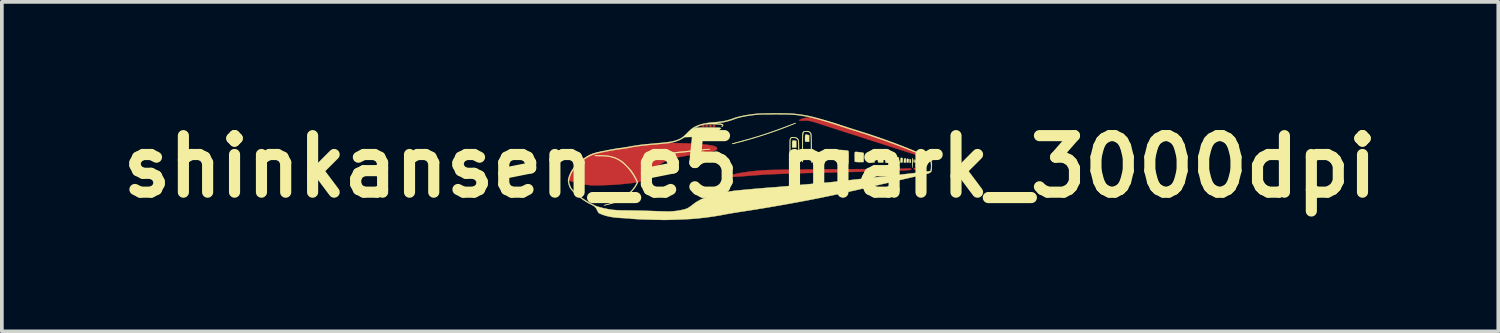
<source format=kicad_pcb>
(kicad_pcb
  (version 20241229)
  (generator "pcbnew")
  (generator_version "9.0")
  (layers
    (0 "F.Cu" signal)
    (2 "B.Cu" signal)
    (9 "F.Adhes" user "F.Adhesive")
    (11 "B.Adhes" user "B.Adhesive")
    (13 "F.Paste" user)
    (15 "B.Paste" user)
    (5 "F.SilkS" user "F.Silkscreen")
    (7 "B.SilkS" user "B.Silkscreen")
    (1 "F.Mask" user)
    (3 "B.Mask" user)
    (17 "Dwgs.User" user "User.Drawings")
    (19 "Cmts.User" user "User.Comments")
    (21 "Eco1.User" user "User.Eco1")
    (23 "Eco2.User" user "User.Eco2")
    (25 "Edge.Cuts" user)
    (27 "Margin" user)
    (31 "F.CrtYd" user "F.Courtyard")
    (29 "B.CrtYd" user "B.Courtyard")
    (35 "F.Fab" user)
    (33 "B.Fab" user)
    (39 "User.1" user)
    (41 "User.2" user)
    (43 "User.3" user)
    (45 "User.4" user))
  (footprint "shinkansen_e5_mark_3000dpi"
    (layer "F.Cu")
    (at 17.17 1.441)
    (property "Reference" "shinkansen_e5_mark_3000dpi" (at 0 0 0) (layer "F.SilkS") (effects (font (size 1.524 1.524) (thickness 0.3))))
    (attr through_hole)
    (fp_poly (pts (xy -1.145 -1.119) (xy -1.133 -1.107) (xy -1.132 -1.092) (xy -1.14 -1.08) (xy -1.161 -1.068) (xy -1.183 -1.07) (xy -1.192 -1.077) (xy -1.202 -1.095) (xy -1.195 -1.111) (xy -1.185 -1.118) (xy -1.163 -1.123) (xy -1.145 -1.119)) (stroke (width 0.01) (type solid)) (fill yes) (layer "F.Cu"))
    (fp_poly (pts (xy -1.05 -1.118) (xy -1.035 -1.103) (xy -1.036 -1.086) (xy -1.043 -1.077) (xy -1.063 -1.067) (xy -1.085 -1.072) (xy -1.095 -1.08) (xy -1.104 -1.096) (xy -1.1 -1.111) (xy -1.086 -1.121) (xy -1.066 -1.123) (xy -1.05 -1.118)) (stroke (width 0.01) (type solid)) (fill yes) (layer "F.Cu"))
    (fp_poly (pts (xy -0.947 -1.113) (xy -0.94 -1.092) (xy -0.94 -1.092) (xy -0.947 -1.076) (xy -0.963 -1.068) (xy -0.983 -1.069) (xy -0.997 -1.077) (xy -1.007 -1.095) (xy -1 -1.11) (xy -0.987 -1.119) (xy -0.964 -1.123) (xy -0.947 -1.113)) (stroke (width 0.01) (type solid)) (fill yes) (layer "F.Cu"))
    (fp_poly (pts (xy -1.249 -1.119) (xy -1.232 -1.106) (xy -1.228 -1.091) (xy -1.236 -1.078) (xy -1.252 -1.069) (xy -1.274 -1.069) (xy -1.285 -1.072) (xy -1.294 -1.084) (xy -1.293 -1.101) (xy -1.283 -1.117) (xy -1.282 -1.118) (xy -1.268 -1.124) (xy -1.249 -1.119)) (stroke (width 0.01) (type solid)) (fill yes) (layer "F.Cu"))
    (fp_poly (pts (xy 4.565 0.034) (xy 4.589 0.036) (xy 4.602 0.04) (xy 4.606 0.045) (xy 4.606 0.046) (xy 4.604 0.054) (xy 4.596 0.059) (xy 4.58 0.063) (xy 4.553 0.067) (xy 4.513 0.07) (xy 4.489 0.072) (xy 4.453 0.074) (xy 4.43 0.074) (xy 4.417 0.072) (xy 4.412 0.068) (xy 4.411 0.061) (xy 4.414 0.05) (xy 4.424 0.042) (xy 4.444 0.037) (xy 4.476 0.035) (xy 4.522 0.034) (xy 4.528 0.034) (xy 4.565 0.034)) (stroke (width 0.01) (type solid)) (fill yes) (layer "F.Cu"))
    (fp_poly (pts (xy 4.321 0.052) (xy 4.334 0.053) (xy 4.341 0.056) (xy 4.343 0.061) (xy 4.343 0.066) (xy 4.343 0.074) (xy 4.34 0.08) (xy 4.332 0.085) (xy 4.318 0.088) (xy 4.295 0.091) (xy 4.262 0.094) (xy 4.216 0.097) (xy 4.155 0.101) (xy 4.153 0.101) (xy 4.087 0.105) (xy 4.036 0.108) (xy 3.998 0.109) (xy 3.972 0.11) (xy 3.954 0.109) (xy 3.944 0.106) (xy 3.939 0.102) (xy 3.937 0.096) (xy 3.937 0.09) (xy 3.938 0.081) (xy 3.941 0.075) (xy 3.948 0.069) (xy 3.962 0.065) (xy 3.984 0.062) (xy 4.016 0.06) (xy 4.06 0.058) (xy 4.118 0.056) (xy 4.163 0.054) (xy 4.223 0.052) (xy 4.268 0.051) (xy 4.3 0.051) (xy 4.321 0.052)) (stroke (width 0.01) (type solid)) (fill yes) (layer "F.Cu"))
    (fp_poly (pts (xy 3.768 0.068) (xy 3.762 0.091) (xy 3.757 0.109) (xy 3.753 0.118) (xy 3.744 0.119) (xy 3.72 0.121) (xy 3.683 0.122) (xy 3.635 0.124) (xy 3.578 0.125) (xy 3.513 0.127) (xy 3.448 0.128) (xy 3.276 0.132) (xy 3.099 0.136) (xy 2.917 0.14) (xy 2.733 0.144) (xy 2.547 0.148) (xy 2.362 0.152) (xy 2.179 0.157) (xy 2 0.161) (xy 1.825 0.166) (xy 1.658 0.17) (xy 1.499 0.174) (xy 1.351 0.179) (xy 1.214 0.183) (xy 1.09 0.186) (xy 0.981 0.19) (xy 0.953 0.191) (xy 0.794 0.197) (xy 0.648 0.203) (xy 0.513 0.209) (xy 0.383 0.216) (xy 0.257 0.225) (xy 0.129 0.234) (xy -0.003 0.244) (xy -0.013 0.245) (xy -0.074 0.25) (xy -0.135 0.255) (xy -0.193 0.26) (xy -0.242 0.263) (xy -0.279 0.266) (xy -0.288 0.266) (xy -0.33 0.269) (xy -0.372 0.272) (xy -0.406 0.274) (xy -0.415 0.274) (xy -0.451 0.275) (xy -0.488 0.273) (xy -0.502 0.272) (xy -0.543 0.267) (xy -0.524 0.249) (xy -0.499 0.234) (xy -0.46 0.219) (xy -0.406 0.203) (xy -0.341 0.188) (xy -0.264 0.173) (xy -0.178 0.159) (xy -0.084 0.145) (xy 0.016 0.132) (xy 0.121 0.12) (xy 0.23 0.11) (xy 0.34 0.101) (xy 0.45 0.095) (xy 0.487 0.093) (xy 0.52 0.092) (xy 0.57 0.091) (xy 0.634 0.089) (xy 0.711 0.088) (xy 0.801 0.087) (xy 0.902 0.085) (xy 1.013 0.084) (xy 1.132 0.082) (xy 1.26 0.081) (xy 1.394 0.08) (xy 1.533 0.078) (xy 1.676 0.077) (xy 1.822 0.076) (xy 1.97 0.074) (xy 2.119 0.073) (xy 2.267 0.072) (xy 2.414 0.071) (xy 2.558 0.07) (xy 2.698 0.07) (xy 2.832 0.069) (xy 2.961 0.068) (xy 3.082 0.068) (xy 3.194 0.068) (xy 3.283 0.068) (xy 3.768 0.068)) (stroke (width 0.01) (type solid)) (fill yes) (layer "F.Cu"))
    (fp_poly (pts (xy 1.669 -1.321) (xy 1.725 -1.312) (xy 1.791 -1.299) (xy 1.867 -1.28) (xy 1.955 -1.256) (xy 2.055 -1.226) (xy 2.169 -1.19) (xy 2.236 -1.169) (xy 2.452 -1.099) (xy 2.653 -1.033) (xy 2.839 -0.972) (xy 3.012 -0.916) (xy 3.171 -0.864) (xy 3.318 -0.815) (xy 3.453 -0.77) (xy 3.577 -0.728) (xy 3.69 -0.689) (xy 3.795 -0.653) (xy 3.891 -0.62) (xy 3.978 -0.588) (xy 4.059 -0.559) (xy 4.133 -0.532) (xy 4.201 -0.506) (xy 4.264 -0.481) (xy 4.323 -0.457) (xy 4.378 -0.434) (xy 4.431 -0.411) (xy 4.481 -0.388) (xy 4.489 -0.385) (xy 4.532 -0.365) (xy 4.562 -0.35) (xy 4.581 -0.34) (xy 4.592 -0.331) (xy 4.596 -0.322) (xy 4.597 -0.312) (xy 4.597 -0.312) (xy 4.595 -0.294) (xy 4.584 -0.289) (xy 4.578 -0.289) (xy 4.566 -0.291) (xy 4.54 -0.299) (xy 4.501 -0.31) (xy 4.452 -0.325) (xy 4.395 -0.343) (xy 4.332 -0.363) (xy 4.271 -0.382) (xy 4.193 -0.408) (xy 4.103 -0.437) (xy 4.005 -0.468) (xy 3.904 -0.5) (xy 3.805 -0.532) (xy 3.711 -0.562) (xy 3.653 -0.581) (xy 3.514 -0.626) (xy 3.363 -0.674) (xy 3.202 -0.726) (xy 3.036 -0.779) (xy 2.868 -0.834) (xy 2.701 -0.887) (xy 2.539 -0.939) (xy 2.385 -0.989) (xy 2.362 -0.996) (xy 2.286 -1.021) (xy 2.201 -1.048) (xy 2.114 -1.076) (xy 2.029 -1.104) (xy 1.951 -1.129) (xy 1.897 -1.147) (xy 1.812 -1.174) (xy 1.742 -1.196) (xy 1.682 -1.213) (xy 1.631 -1.226) (xy 1.586 -1.234) (xy 1.545 -1.24) (xy 1.505 -1.242) (xy 1.464 -1.242) (xy 1.424 -1.24) (xy 1.379 -1.238) (xy 1.349 -1.237) (xy 1.331 -1.238) (xy 1.323 -1.241) (xy 1.323 -1.246) (xy 1.335 -1.259) (xy 1.362 -1.273) (xy 1.402 -1.287) (xy 1.454 -1.302) (xy 1.516 -1.316) (xy 1.542 -1.321) (xy 1.578 -1.325) (xy 1.62 -1.325) (xy 1.669 -1.321)) (stroke (width 0.01) (type solid)) (fill yes) (layer "F.Cu"))
    (fp_poly (pts (xy -2.003 -0.634) (xy -1.92 -0.632) (xy -1.83 -0.629) (xy -1.747 -0.627) (xy -1.593 -0.62) (xy -1.455 -0.613) (xy -1.333 -0.605) (xy -1.227 -0.596) (xy -1.137 -0.586) (xy -1.061 -0.574) (xy -0.999 -0.561) (xy -0.952 -0.547) (xy -0.919 -0.532) (xy -0.899 -0.515) (xy -0.892 -0.503) (xy -0.89 -0.486) (xy -0.892 -0.472) (xy -0.899 -0.458) (xy -0.913 -0.446) (xy -0.934 -0.434) (xy -0.964 -0.422) (xy -1.003 -0.411) (xy -1.053 -0.399) (xy -1.115 -0.387) (xy -1.19 -0.374) (xy -1.278 -0.36) (xy -1.382 -0.344) (xy -1.477 -0.33) (xy -1.62 -0.308) (xy -1.748 -0.287) (xy -1.861 -0.267) (xy -1.961 -0.246) (xy -2.05 -0.224) (xy -2.13 -0.202) (xy -2.2 -0.178) (xy -2.264 -0.152) (xy -2.322 -0.124) (xy -2.376 -0.093) (xy -2.427 -0.059) (xy -2.441 -0.048) (xy -2.497 -0.005) (xy -2.547 0.041) (xy -2.596 0.093) (xy -2.648 0.155) (xy -2.671 0.185) (xy -2.727 0.252) (xy -2.786 0.306) (xy -2.849 0.35) (xy -2.922 0.386) (xy -2.997 0.413) (xy -3.026 0.42) (xy -3.07 0.428) (xy -3.129 0.437) (xy -3.201 0.445) (xy -3.285 0.455) (xy -3.379 0.464) (xy -3.484 0.474) (xy -3.597 0.484) (xy -3.641 0.487) (xy -3.689 0.49) (xy -3.748 0.494) (xy -3.814 0.496) (xy -3.885 0.499) (xy -3.957 0.501) (xy -4.029 0.503) (xy -4.098 0.504) (xy -4.16 0.505) (xy -4.214 0.505) (xy -4.257 0.505) (xy -4.286 0.503) (xy -4.288 0.503) (xy -4.39 0.492) (xy -4.479 0.48) (xy -4.557 0.467) (xy -4.63 0.451) (xy -4.699 0.433) (xy -4.77 0.411) (xy -4.778 0.409) (xy -4.896 0.37) (xy -4.891 0.329) (xy -4.88 0.276) (xy -4.861 0.218) (xy -4.835 0.161) (xy -4.813 0.122) (xy -4.794 0.097) (xy -4.766 0.064) (xy -4.73 0.024) (xy -4.688 -0.019) (xy -4.644 -0.064) (xy -4.6 -0.107) (xy -4.559 -0.146) (xy -4.522 -0.179) (xy -4.492 -0.204) (xy -4.492 -0.204) (xy -4.395 -0.269) (xy -4.297 -0.32) (xy -4.191 -0.359) (xy -4.144 -0.372) (xy -4.11 -0.38) (xy -4.061 -0.39) (xy -3.999 -0.402) (xy -3.926 -0.415) (xy -3.844 -0.429) (xy -3.755 -0.445) (xy -3.661 -0.46) (xy -3.563 -0.476) (xy -3.464 -0.492) (xy -3.366 -0.508) (xy -3.271 -0.522) (xy -3.179 -0.536) (xy -3.094 -0.549) (xy -3.018 -0.559) (xy -2.952 -0.568) (xy -2.898 -0.575) (xy -2.891 -0.575) (xy -2.764 -0.589) (xy -2.651 -0.6) (xy -2.551 -0.61) (xy -2.46 -0.618) (xy -2.377 -0.624) (xy -2.3 -0.629) (xy -2.227 -0.632) (xy -2.154 -0.634) (xy -2.08 -0.634) (xy -2.003 -0.634)) (stroke (width 0.01) (type solid)) (fill yes) (layer "F.Cu"))
    (fp_poly (pts (xy -1.145 -1.119) (xy -1.133 -1.107) (xy -1.132 -1.092) (xy -1.14 -1.08) (xy -1.161 -1.068) (xy -1.183 -1.07) (xy -1.192 -1.077) (xy -1.202 -1.095) (xy -1.195 -1.111) (xy -1.185 -1.118) (xy -1.163 -1.123) (xy -1.145 -1.119)) (stroke (width 0.01) (type solid)) (fill yes) (layer "F.Mask"))
    (fp_poly (pts (xy -1.05 -1.118) (xy -1.035 -1.103) (xy -1.036 -1.086) (xy -1.043 -1.077) (xy -1.063 -1.067) (xy -1.085 -1.072) (xy -1.095 -1.08) (xy -1.104 -1.096) (xy -1.1 -1.111) (xy -1.086 -1.121) (xy -1.066 -1.123) (xy -1.05 -1.118)) (stroke (width 0.01) (type solid)) (fill yes) (layer "F.Mask"))
    (fp_poly (pts (xy -0.947 -1.113) (xy -0.94 -1.092) (xy -0.94 -1.092) (xy -0.947 -1.076) (xy -0.963 -1.068) (xy -0.983 -1.069) (xy -0.997 -1.077) (xy -1.007 -1.095) (xy -1 -1.11) (xy -0.987 -1.119) (xy -0.964 -1.123) (xy -0.947 -1.113)) (stroke (width 0.01) (type solid)) (fill yes) (layer "F.Mask"))
    (fp_poly (pts (xy -1.249 -1.119) (xy -1.232 -1.106) (xy -1.228 -1.091) (xy -1.236 -1.078) (xy -1.252 -1.069) (xy -1.274 -1.069) (xy -1.285 -1.072) (xy -1.294 -1.084) (xy -1.293 -1.101) (xy -1.283 -1.117) (xy -1.282 -1.118) (xy -1.268 -1.124) (xy -1.249 -1.119)) (stroke (width 0.01) (type solid)) (fill yes) (layer "F.Mask"))
    (fp_poly (pts (xy 4.565 0.034) (xy 4.589 0.036) (xy 4.602 0.04) (xy 4.606 0.045) (xy 4.606 0.046) (xy 4.604 0.054) (xy 4.596 0.059) (xy 4.58 0.063) (xy 4.553 0.067) (xy 4.513 0.07) (xy 4.489 0.072) (xy 4.453 0.074) (xy 4.43 0.074) (xy 4.417 0.072) (xy 4.412 0.068) (xy 4.411 0.061) (xy 4.414 0.05) (xy 4.424 0.042) (xy 4.444 0.037) (xy 4.476 0.035) (xy 4.522 0.034) (xy 4.528 0.034) (xy 4.565 0.034)) (stroke (width 0.01) (type solid)) (fill yes) (layer "F.Mask"))
    (fp_poly (pts (xy 4.321 0.052) (xy 4.334 0.053) (xy 4.341 0.056) (xy 4.343 0.061) (xy 4.343 0.066) (xy 4.343 0.074) (xy 4.34 0.08) (xy 4.332 0.085) (xy 4.318 0.088) (xy 4.295 0.091) (xy 4.262 0.094) (xy 4.216 0.097) (xy 4.155 0.101) (xy 4.153 0.101) (xy 4.087 0.105) (xy 4.036 0.108) (xy 3.998 0.109) (xy 3.972 0.11) (xy 3.954 0.109) (xy 3.944 0.106) (xy 3.939 0.102) (xy 3.937 0.096) (xy 3.937 0.09) (xy 3.938 0.081) (xy 3.941 0.075) (xy 3.948 0.069) (xy 3.962 0.065) (xy 3.984 0.062) (xy 4.016 0.06) (xy 4.06 0.058) (xy 4.118 0.056) (xy 4.163 0.054) (xy 4.223 0.052) (xy 4.268 0.051) (xy 4.3 0.051) (xy 4.321 0.052)) (stroke (width 0.01) (type solid)) (fill yes) (layer "F.Mask"))
    (fp_poly (pts (xy 3.768 0.068) (xy 3.762 0.091) (xy 3.757 0.109) (xy 3.753 0.118) (xy 3.744 0.119) (xy 3.72 0.121) (xy 3.683 0.122) (xy 3.635 0.124) (xy 3.578 0.125) (xy 3.513 0.127) (xy 3.448 0.128) (xy 3.276 0.132) (xy 3.099 0.136) (xy 2.917 0.14) (xy 2.733 0.144) (xy 2.547 0.148) (xy 2.362 0.152) (xy 2.179 0.157) (xy 2 0.161) (xy 1.825 0.166) (xy 1.658 0.17) (xy 1.499 0.174) (xy 1.351 0.179) (xy 1.214 0.183) (xy 1.09 0.186) (xy 0.981 0.19) (xy 0.953 0.191) (xy 0.794 0.197) (xy 0.648 0.203) (xy 0.513 0.209) (xy 0.383 0.216) (xy 0.257 0.225) (xy 0.129 0.234) (xy -0.003 0.244) (xy -0.013 0.245) (xy -0.074 0.25) (xy -0.135 0.255) (xy -0.193 0.26) (xy -0.242 0.263) (xy -0.279 0.266) (xy -0.288 0.266) (xy -0.33 0.269) (xy -0.372 0.272) (xy -0.406 0.274) (xy -0.415 0.274) (xy -0.451 0.275) (xy -0.488 0.273) (xy -0.502 0.272) (xy -0.543 0.267) (xy -0.524 0.249) (xy -0.499 0.234) (xy -0.46 0.219) (xy -0.406 0.203) (xy -0.341 0.188) (xy -0.264 0.173) (xy -0.178 0.159) (xy -0.084 0.145) (xy 0.016 0.132) (xy 0.121 0.12) (xy 0.23 0.11) (xy 0.34 0.101) (xy 0.45 0.095) (xy 0.487 0.093) (xy 0.52 0.092) (xy 0.57 0.091) (xy 0.634 0.089) (xy 0.711 0.088) (xy 0.801 0.087) (xy 0.902 0.085) (xy 1.013 0.084) (xy 1.132 0.082) (xy 1.26 0.081) (xy 1.394 0.08) (xy 1.533 0.078) (xy 1.676 0.077) (xy 1.822 0.076) (xy 1.97 0.074) (xy 2.119 0.073) (xy 2.267 0.072) (xy 2.414 0.071) (xy 2.558 0.07) (xy 2.698 0.07) (xy 2.832 0.069) (xy 2.961 0.068) (xy 3.082 0.068) (xy 3.194 0.068) (xy 3.283 0.068) (xy 3.768 0.068)) (stroke (width 0.01) (type solid)) (fill yes) (layer "F.Mask"))
    (fp_poly (pts (xy 4.199 -0.11) (xy 4.148 -0.11) (xy 4.15 -0.163) (xy 4.152 -0.192) (xy 4.155 -0.208) (xy 4.162 -0.215) (xy 4.174 -0.218) (xy 4.176 -0.219) (xy 4.199 -0.221) (xy 4.199 -0.11)) (stroke (width 0.01) (type solid)) (fill yes) (layer "F.SilkS"))
    (fp_poly (pts (xy 1.197 -0.699) (xy 1.245 -0.693) (xy 1.245 -0.516) (xy 1.135 -0.516) (xy 1.135 -0.599) (xy 1.135 -0.636) (xy 1.137 -0.667) (xy 1.14 -0.688) (xy 1.142 -0.693) (xy 1.151 -0.7) (xy 1.17 -0.701) (xy 1.197 -0.699)) (stroke (width 0.01) (type solid)) (fill yes) (layer "F.SilkS"))
    (fp_poly (pts (xy 4.426 -0.19) (xy 4.432 -0.171) (xy 4.435 -0.15) (xy 4.435 -0.125) (xy 4.432 -0.113) (xy 4.424 -0.11) (xy 4.416 -0.114) (xy 4.412 -0.129) (xy 4.411 -0.153) (xy 4.414 -0.181) (xy 4.419 -0.193) (xy 4.426 -0.19)) (stroke (width 0.01) (type solid)) (fill yes) (layer "F.SilkS"))
    (fp_poly (pts (xy 4.472 -0.174) (xy 4.476 -0.155) (xy 4.477 -0.142) (xy 4.478 -0.117) (xy 4.474 -0.105) (xy 4.466 -0.102) (xy 4.458 -0.105) (xy 4.455 -0.117) (xy 4.455 -0.142) (xy 4.458 -0.165) (xy 4.463 -0.18) (xy 4.466 -0.182) (xy 4.472 -0.174)) (stroke (width 0.01) (type solid)) (fill yes) (layer "F.SilkS"))
    (fp_poly (pts (xy 4.517 -0.173) (xy 4.521 -0.156) (xy 4.521 -0.14) (xy 4.52 -0.115) (xy 4.514 -0.103) (xy 4.508 -0.102) (xy 4.5 -0.107) (xy 4.496 -0.124) (xy 4.496 -0.14) (xy 4.497 -0.165) (xy 4.503 -0.176) (xy 4.508 -0.178) (xy 4.517 -0.173)) (stroke (width 0.01) (type solid)) (fill yes) (layer "F.SilkS"))
    (fp_poly (pts (xy 4.547 -0.174) (xy 4.552 -0.162) (xy 4.555 -0.142) (xy 4.555 -0.139) (xy 4.553 -0.12) (xy 4.548 -0.11) (xy 4.547 -0.11) (xy 4.541 -0.118) (xy 4.538 -0.136) (xy 4.538 -0.144) (xy 4.54 -0.166) (xy 4.545 -0.174) (xy 4.547 -0.174)) (stroke (width 0.01) (type solid)) (fill yes) (layer "F.SilkS"))
    (fp_poly (pts (xy 4.578 -0.162) (xy 4.58 -0.144) (xy 4.58 -0.141) (xy 4.578 -0.119) (xy 4.573 -0.107) (xy 4.572 -0.106) (xy 4.566 -0.109) (xy 4.564 -0.127) (xy 4.564 -0.13) (xy 4.566 -0.151) (xy 4.571 -0.164) (xy 4.572 -0.165) (xy 4.578 -0.162)) (stroke (width 0.01) (type solid)) (fill yes) (layer "F.SilkS"))
    (fp_poly (pts (xy 4.093 -0.234) (xy 4.105 -0.23) (xy 4.111 -0.223) (xy 4.114 -0.209) (xy 4.114 -0.184) (xy 4.113 -0.171) (xy 4.111 -0.114) (xy 4.083 -0.112) (xy 4.056 -0.109) (xy 4.056 -0.162) (xy 4.057 -0.2) (xy 4.062 -0.223) (xy 4.072 -0.234) (xy 4.087 -0.235) (xy 4.093 -0.234)) (stroke (width 0.01) (type solid)) (fill yes) (layer "F.SilkS"))
    (fp_poly (pts (xy 4.261 -0.207) (xy 4.262 -0.207) (xy 4.271 -0.198) (xy 4.275 -0.179) (xy 4.276 -0.156) (xy 4.275 -0.129) (xy 4.272 -0.116) (xy 4.265 -0.111) (xy 4.25 -0.11) (xy 4.225 -0.11) (xy 4.225 -0.161) (xy 4.226 -0.191) (xy 4.231 -0.208) (xy 4.242 -0.212) (xy 4.261 -0.207)) (stroke (width 0.01) (type solid)) (fill yes) (layer "F.SilkS"))
    (fp_poly (pts (xy 4.322 -0.199) (xy 4.331 -0.184) (xy 4.335 -0.156) (xy 4.335 -0.147) (xy 4.334 -0.121) (xy 4.331 -0.107) (xy 4.324 -0.102) (xy 4.318 -0.102) (xy 4.309 -0.103) (xy 4.303 -0.112) (xy 4.301 -0.13) (xy 4.301 -0.152) (xy 4.302 -0.179) (xy 4.303 -0.198) (xy 4.305 -0.203) (xy 4.322 -0.199)) (stroke (width 0.01) (type solid)) (fill yes) (layer "F.SilkS"))
    (fp_poly (pts (xy 3.978 -0.249) (xy 3.982 -0.248) (xy 4.013 -0.243) (xy 4.013 -0.192) (xy 4.012 -0.151) (xy 4.009 -0.125) (xy 4.002 -0.11) (xy 3.99 -0.103) (xy 3.971 -0.102) (xy 3.97 -0.102) (xy 3.937 -0.102) (xy 3.937 -0.173) (xy 3.938 -0.206) (xy 3.94 -0.232) (xy 3.943 -0.247) (xy 3.944 -0.249) (xy 3.957 -0.251) (xy 3.978 -0.249)) (stroke (width 0.01) (type solid)) (fill yes) (layer "F.SilkS"))
    (fp_poly (pts (xy 1.532 -0.859) (xy 1.544 -0.856) (xy 1.592 -0.845) (xy 1.592 -0.669) (xy 1.542 -0.669) (xy 1.515 -0.67) (xy 1.495 -0.672) (xy 1.487 -0.675) (xy 1.484 -0.686) (xy 1.483 -0.709) (xy 1.482 -0.741) (xy 1.482 -0.775) (xy 1.483 -0.808) (xy 1.486 -0.835) (xy 1.489 -0.852) (xy 1.49 -0.855) (xy 1.497 -0.861) (xy 1.509 -0.862) (xy 1.532 -0.859)) (stroke (width 0.01) (type solid)) (fill yes) (layer "F.SilkS"))
    (fp_poly (pts (xy 3.225 -0.344) (xy 3.258 -0.342) (xy 3.273 -0.341) (xy 3.349 -0.334) (xy 3.351 -0.222) (xy 3.353 -0.11) (xy 3.292 -0.111) (xy 3.257 -0.113) (xy 3.224 -0.114) (xy 3.203 -0.116) (xy 3.175 -0.12) (xy 3.175 -0.229) (xy 3.175 -0.277) (xy 3.177 -0.31) (xy 3.18 -0.331) (xy 3.184 -0.341) (xy 3.186 -0.344) (xy 3.2 -0.345) (xy 3.225 -0.344)) (stroke (width 0.01) (type solid)) (fill yes) (layer "F.SilkS"))
    (fp_poly (pts (xy 3.699 -0.292) (xy 3.712 -0.289) (xy 3.759 -0.278) (xy 3.759 -0.102) (xy 3.71 -0.102) (xy 3.682 -0.102) (xy 3.662 -0.105) (xy 3.655 -0.107) (xy 3.652 -0.118) (xy 3.65 -0.142) (xy 3.649 -0.173) (xy 3.65 -0.208) (xy 3.651 -0.241) (xy 3.653 -0.268) (xy 3.656 -0.285) (xy 3.657 -0.287) (xy 3.664 -0.294) (xy 3.676 -0.295) (xy 3.699 -0.292)) (stroke (width 0.01) (type solid)) (fill yes) (layer "F.SilkS"))
    (fp_poly (pts (xy 3.499 -0.318) (xy 3.537 -0.314) (xy 3.563 -0.31) (xy 3.579 -0.302) (xy 3.587 -0.289) (xy 3.59 -0.266) (xy 3.59 -0.23) (xy 3.59 -0.207) (xy 3.59 -0.11) (xy 3.528 -0.111) (xy 3.497 -0.112) (xy 3.471 -0.113) (xy 3.457 -0.116) (xy 3.457 -0.116) (xy 3.452 -0.123) (xy 3.448 -0.143) (xy 3.446 -0.176) (xy 3.446 -0.222) (xy 3.446 -0.324) (xy 3.499 -0.318)) (stroke (width 0.01) (type solid)) (fill yes) (layer "F.SilkS"))
    (fp_poly (pts (xy 4.375 -0.228) (xy 4.378 -0.222) (xy 4.38 -0.204) (xy 4.383 -0.172) (xy 4.384 -0.13) (xy 4.384 -0.081) (xy 4.384 -0.057) (xy 4.383 -0.016) (xy 4.382 0.013) (xy 4.381 0.03) (xy 4.38 0.032) (xy 4.379 0.02) (xy 4.378 -0.013) (xy 4.376 -0.057) (xy 4.375 -0.106) (xy 4.373 -0.145) (xy 4.372 -0.188) (xy 4.371 -0.215) (xy 4.373 -0.229) (xy 4.375 -0.228)) (stroke (width 0.01) (type solid)) (fill yes) (layer "F.SilkS"))
    (fp_poly (pts (xy 2.867 -0.396) (xy 2.9 -0.393) (xy 2.927 -0.391) (xy 2.967 -0.386) (xy 3.003 -0.381) (xy 3.031 -0.376) (xy 3.042 -0.373) (xy 3.065 -0.364) (xy 3.061 -0.123) (xy 2.976 -0.122) (xy 2.936 -0.122) (xy 2.897 -0.123) (xy 2.868 -0.125) (xy 2.857 -0.126) (xy 2.824 -0.131) (xy 2.822 -0.254) (xy 2.821 -0.299) (xy 2.822 -0.338) (xy 2.824 -0.368) (xy 2.826 -0.386) (xy 2.827 -0.388) (xy 2.833 -0.393) (xy 2.845 -0.396) (xy 2.867 -0.396)) (stroke (width 0.01) (type solid)) (fill yes) (layer "F.SilkS"))
    (fp_poly (pts (xy 3.877 -0.292) (xy 3.878 -0.286) (xy 3.88 -0.266) (xy 3.882 -0.232) (xy 3.884 -0.187) (xy 3.884 -0.135) (xy 3.884 -0.078) (xy 3.884 -0.057) (xy 3.883 -0.008) (xy 3.882 0.029) (xy 3.882 0.055) (xy 3.881 0.066) (xy 3.88 0.063) (xy 3.88 0.051) (xy 3.879 0.014) (xy 3.877 -0.035) (xy 3.876 -0.09) (xy 3.875 -0.147) (xy 3.874 -0.178) (xy 3.872 -0.231) (xy 3.872 -0.267) (xy 3.873 -0.289) (xy 3.874 -0.297) (xy 3.877 -0.292)) (stroke (width 0.01) (type solid)) (fill yes) (layer "F.SilkS"))
    (fp_poly (pts (xy 2.392 -0.45) (xy 2.448 -0.448) (xy 2.502 -0.444) (xy 2.552 -0.44) (xy 2.594 -0.434) (xy 2.626 -0.429) (xy 2.644 -0.424) (xy 2.647 -0.422) (xy 2.652 -0.414) (xy 2.655 -0.397) (xy 2.657 -0.368) (xy 2.658 -0.327) (xy 2.659 -0.283) (xy 2.658 -0.237) (xy 2.657 -0.197) (xy 2.656 -0.165) (xy 2.654 -0.145) (xy 2.653 -0.14) (xy 2.649 -0.135) (xy 2.641 -0.132) (xy 2.624 -0.13) (xy 2.598 -0.128) (xy 2.56 -0.128) (xy 2.508 -0.128) (xy 2.503 -0.128) (xy 2.454 -0.128) (xy 2.409 -0.13) (xy 2.372 -0.131) (xy 2.347 -0.133) (xy 2.337 -0.135) (xy 2.316 -0.14) (xy 2.316 -0.453) (xy 2.392 -0.45)) (stroke (width 0.01) (type solid)) (fill yes) (layer "F.SilkS"))
    (fp_poly (pts (xy 1.232 -1.171) (xy 1.214 -1.163) (xy 1.184 -1.149) (xy 1.144 -1.132) (xy 1.094 -1.113) (xy 1.038 -1.09) (xy 0.977 -1.066) (xy 0.912 -1.041) (xy 0.845 -1.016) (xy 0.779 -0.991) (xy 0.714 -0.968) (xy 0.654 -0.946) (xy 0.608 -0.93) (xy 0.457 -0.879) (xy 0.301 -0.828) (xy 0.143 -0.779) (xy -0.011 -0.733) (xy -0.159 -0.691) (xy -0.297 -0.654) (xy -0.353 -0.64) (xy -0.402 -0.628) (xy -0.436 -0.619) (xy -0.459 -0.614) (xy -0.473 -0.611) (xy -0.48 -0.611) (xy -0.482 -0.613) (xy -0.483 -0.616) (xy -0.483 -0.616) (xy -0.475 -0.62) (xy -0.453 -0.627) (xy -0.421 -0.637) (xy -0.379 -0.649) (xy -0.341 -0.659) (xy -0.049 -0.739) (xy 0.231 -0.822) (xy 0.503 -0.91) (xy 0.772 -1.005) (xy 1.037 -1.105) (xy 1.09 -1.125) (xy 1.138 -1.143) (xy 1.179 -1.158) (xy 1.21 -1.169) (xy 1.23 -1.174) (xy 1.235 -1.175) (xy 1.232 -1.171)) (stroke (width 0.01) (type solid)) (fill yes) (layer "F.SilkS"))
    (fp_poly (pts (xy -1.085 -0.474) (xy -1.076 -0.471) (xy -1.077 -0.47) (xy -1.086 -0.468) (xy -1.111 -0.464) (xy -1.15 -0.459) (xy -1.202 -0.452) (xy -1.265 -0.445) (xy -1.338 -0.436) (xy -1.42 -0.427) (xy -1.509 -0.417) (xy -1.603 -0.406) (xy -1.702 -0.395) (xy -1.804 -0.384) (xy -1.907 -0.373) (xy -2.011 -0.362) (xy -2.113 -0.351) (xy -2.213 -0.34) (xy -2.309 -0.33) (xy -2.399 -0.321) (xy -2.483 -0.313) (xy -2.559 -0.305) (xy -2.625 -0.299) (xy -2.68 -0.294) (xy -2.723 -0.29) (xy -2.753 -0.288) (xy -2.764 -0.288) (xy -2.768 -0.295) (xy -2.769 -0.3) (xy -2.769 -0.302) (xy -2.769 -0.305) (xy -2.769 -0.306) (xy -2.766 -0.308) (xy -2.76 -0.31) (xy -2.75 -0.312) (xy -2.735 -0.315) (xy -2.713 -0.318) (xy -2.684 -0.321) (xy -2.646 -0.325) (xy -2.599 -0.33) (xy -2.541 -0.336) (xy -2.472 -0.343) (xy -2.389 -0.351) (xy -2.293 -0.36) (xy -2.182 -0.371) (xy -2.074 -0.381) (xy -1.97 -0.391) (xy -1.867 -0.401) (xy -1.767 -0.411) (xy -1.672 -0.421) (xy -1.584 -0.43) (xy -1.504 -0.438) (xy -1.435 -0.445) (xy -1.377 -0.45) (xy -1.334 -0.455) (xy -1.317 -0.457) (xy -1.251 -0.464) (xy -1.194 -0.469) (xy -1.146 -0.472) (xy -1.109 -0.474) (xy -1.085 -0.474)) (stroke (width 0.01) (type solid)) (fill yes) (layer "F.SilkS"))
    (fp_poly (pts (xy 1.177 -0.793) (xy 1.191 -0.792) (xy 1.239 -0.783) (xy 1.274 -0.767) (xy 1.297 -0.74) (xy 1.311 -0.706) (xy 1.314 -0.69) (xy 1.316 -0.659) (xy 1.318 -0.619) (xy 1.319 -0.569) (xy 1.32 -0.514) (xy 1.321 -0.455) (xy 1.321 -0.395) (xy 1.321 -0.336) (xy 1.32 -0.28) (xy 1.319 -0.23) (xy 1.318 -0.188) (xy 1.316 -0.157) (xy 1.314 -0.139) (xy 1.312 -0.135) (xy 1.31 -0.144) (xy 1.308 -0.169) (xy 1.306 -0.209) (xy 1.305 -0.265) (xy 1.304 -0.336) (xy 1.303 -0.409) (xy 1.303 -0.498) (xy 1.302 -0.57) (xy 1.3 -0.627) (xy 1.298 -0.67) (xy 1.296 -0.698) (xy 1.293 -0.71) (xy 1.278 -0.739) (xy 1.254 -0.759) (xy 1.22 -0.771) (xy 1.18 -0.776) (xy 1.149 -0.778) (xy 1.129 -0.778) (xy 1.117 -0.773) (xy 1.107 -0.764) (xy 1.102 -0.758) (xy 1.097 -0.751) (xy 1.093 -0.744) (xy 1.09 -0.734) (xy 1.088 -0.719) (xy 1.086 -0.699) (xy 1.085 -0.67) (xy 1.084 -0.632) (xy 1.084 -0.582) (xy 1.084 -0.519) (xy 1.084 -0.443) (xy 1.083 -0.357) (xy 1.083 -0.285) (xy 1.082 -0.228) (xy 1.08 -0.187) (xy 1.078 -0.161) (xy 1.075 -0.152) (xy 1.075 -0.152) (xy 1.073 -0.161) (xy 1.071 -0.186) (xy 1.069 -0.226) (xy 1.068 -0.283) (xy 1.067 -0.354) (xy 1.067 -0.44) (xy 1.067 -0.441) (xy 1.067 -0.521) (xy 1.067 -0.586) (xy 1.068 -0.637) (xy 1.069 -0.677) (xy 1.071 -0.706) (xy 1.073 -0.728) (xy 1.075 -0.742) (xy 1.079 -0.752) (xy 1.08 -0.754) (xy 1.094 -0.775) (xy 1.112 -0.788) (xy 1.139 -0.794) (xy 1.177 -0.793)) (stroke (width 0.01) (type solid)) (fill yes) (layer "F.SilkS"))
    (fp_poly (pts (xy -3.984 -0.303) (xy -3.931 -0.3) (xy -3.88 -0.297) (xy -3.834 -0.292) (xy -3.795 -0.286) (xy -3.785 -0.284) (xy -3.698 -0.263) (xy -3.623 -0.237) (xy -3.554 -0.205) (xy -3.485 -0.165) (xy -3.471 -0.156) (xy -3.45 -0.141) (xy -3.428 -0.124) (xy -3.405 -0.104) (xy -3.377 -0.078) (xy -3.343 -0.044) (xy -3.302 -0.001) (xy -3.256 0.047) (xy -3.2 0.112) (xy -3.146 0.189) (xy -3.096 0.274) (xy -3.053 0.36) (xy -3.047 0.374) (xy -3.022 0.432) (xy -3.054 0.489) (xy -3.085 0.543) (xy -3.118 0.589) (xy -3.155 0.634) (xy -3.202 0.682) (xy -3.223 0.703) (xy -3.328 0.794) (xy -3.439 0.87) (xy -3.558 0.933) (xy -3.687 0.984) (xy -3.798 1.015) (xy -3.853 1.029) (xy -3.893 1.038) (xy -3.92 1.044) (xy -3.935 1.047) (xy -3.941 1.047) (xy -3.939 1.044) (xy -3.937 1.043) (xy -3.922 1.037) (xy -3.897 1.029) (xy -3.878 1.025) (xy -3.797 1.003) (xy -3.708 0.973) (xy -3.617 0.936) (xy -3.529 0.895) (xy -3.449 0.852) (xy -3.412 0.829) (xy -3.334 0.774) (xy -3.261 0.711) (xy -3.194 0.645) (xy -3.138 0.578) (xy -3.093 0.512) (xy -3.081 0.489) (xy -3.048 0.424) (xy -3.086 0.345) (xy -3.154 0.222) (xy -3.236 0.105) (xy -3.329 -0.003) (xy -3.397 -0.067) (xy -3.472 -0.129) (xy -3.545 -0.177) (xy -3.622 -0.215) (xy -3.707 -0.244) (xy -3.785 -0.264) (xy -3.821 -0.271) (xy -3.856 -0.276) (xy -3.893 -0.28) (xy -3.936 -0.282) (xy -3.989 -0.283) (xy -4.032 -0.283) (xy -4.082 -0.284) (xy -4.125 -0.285) (xy -4.16 -0.286) (xy -4.182 -0.288) (xy -4.191 -0.289) (xy -4.191 -0.289) (xy -4.183 -0.295) (xy -4.161 -0.299) (xy -4.127 -0.302) (xy -4.085 -0.304) (xy -4.036 -0.304) (xy -3.984 -0.303)) (stroke (width 0.01) (type solid)) (fill yes) (layer "F.SilkS"))
    (fp_poly (pts (xy 1.571 -0.954) (xy 1.589 -0.948) (xy 1.607 -0.938) (xy 1.608 -0.937) (xy 1.636 -0.91) (xy 1.649 -0.883) (xy 1.652 -0.867) (xy 1.654 -0.837) (xy 1.655 -0.796) (xy 1.657 -0.745) (xy 1.658 -0.686) (xy 1.659 -0.621) (xy 1.66 -0.552) (xy 1.66 -0.482) (xy 1.66 -0.412) (xy 1.66 -0.344) (xy 1.659 -0.281) (xy 1.658 -0.224) (xy 1.657 -0.176) (xy 1.655 -0.138) (xy 1.654 -0.113) (xy 1.651 -0.102) (xy 1.651 -0.102) (xy 1.649 -0.11) (xy 1.647 -0.135) (xy 1.645 -0.176) (xy 1.644 -0.234) (xy 1.643 -0.307) (xy 1.643 -0.395) (xy 1.643 -0.479) (xy 1.642 -0.573) (xy 1.642 -0.653) (xy 1.642 -0.718) (xy 1.641 -0.771) (xy 1.639 -0.813) (xy 1.636 -0.846) (xy 1.633 -0.871) (xy 1.628 -0.889) (xy 1.622 -0.902) (xy 1.615 -0.912) (xy 1.606 -0.919) (xy 1.598 -0.925) (xy 1.57 -0.936) (xy 1.53 -0.94) (xy 1.521 -0.941) (xy 1.499 -0.941) (xy 1.481 -0.941) (xy 1.466 -0.938) (xy 1.454 -0.932) (xy 1.444 -0.921) (xy 1.436 -0.904) (xy 1.431 -0.879) (xy 1.427 -0.846) (xy 1.425 -0.802) (xy 1.423 -0.747) (xy 1.423 -0.678) (xy 1.422 -0.596) (xy 1.422 -0.498) (xy 1.422 -0.496) (xy 1.422 -0.393) (xy 1.422 -0.306) (xy 1.421 -0.236) (xy 1.419 -0.183) (xy 1.418 -0.146) (xy 1.416 -0.124) (xy 1.414 -0.119) (xy 1.411 -0.126) (xy 1.409 -0.149) (xy 1.408 -0.187) (xy 1.407 -0.241) (xy 1.407 -0.311) (xy 1.407 -0.398) (xy 1.407 -0.501) (xy 1.407 -0.512) (xy 1.408 -0.603) (xy 1.408 -0.68) (xy 1.409 -0.742) (xy 1.41 -0.792) (xy 1.411 -0.832) (xy 1.412 -0.862) (xy 1.414 -0.884) (xy 1.416 -0.9) (xy 1.418 -0.911) (xy 1.421 -0.919) (xy 1.425 -0.925) (xy 1.428 -0.929) (xy 1.438 -0.941) (xy 1.45 -0.948) (xy 1.467 -0.952) (xy 1.495 -0.954) (xy 1.511 -0.955) (xy 1.547 -0.956) (xy 1.571 -0.954)) (stroke (width 0.01) (type solid)) (fill yes) (layer "F.SilkS"))
    (fp_poly (pts (xy 0.773 -1.435) (xy 0.864 -1.435) (xy 0.95 -1.434) (xy 1.027 -1.432) (xy 1.095 -1.429) (xy 1.149 -1.426) (xy 1.173 -1.424) (xy 1.265 -1.414) (xy 1.359 -1.402) (xy 1.449 -1.388) (xy 1.53 -1.374) (xy 1.589 -1.362) (xy 1.65 -1.348) (xy 1.724 -1.33) (xy 1.808 -1.307) (xy 1.899 -1.282) (xy 1.995 -1.255) (xy 2.092 -1.227) (xy 2.188 -1.198) (xy 2.279 -1.17) (xy 2.363 -1.143) (xy 2.396 -1.132) (xy 2.473 -1.106) (xy 2.561 -1.078) (xy 2.653 -1.048) (xy 2.746 -1.018) (xy 2.832 -0.991) (xy 2.887 -0.974) (xy 3.231 -0.865) (xy 3.58 -0.746) (xy 3.928 -0.619) (xy 4.269 -0.486) (xy 4.6 -0.349) (xy 4.651 -0.328) (xy 4.713 -0.3) (xy 4.763 -0.278) (xy 4.8 -0.259) (xy 4.828 -0.243) (xy 4.849 -0.226) (xy 4.863 -0.209) (xy 4.874 -0.19) (xy 4.883 -0.167) (xy 4.889 -0.147) (xy 4.896 -0.122) (xy 4.9 -0.095) (xy 4.902 -0.061) (xy 4.901 -0.017) (xy 4.901 0.009) (xy 4.899 0.054) (xy 4.897 0.086) (xy 4.894 0.107) (xy 4.89 0.122) (xy 4.883 0.132) (xy 4.877 0.14) (xy 4.859 0.157) (xy 4.84 0.17) (xy 4.815 0.181) (xy 4.781 0.191) (xy 4.736 0.202) (xy 4.715 0.207) (xy 4.694 0.211) (xy 4.657 0.22) (xy 4.607 0.231) (xy 4.543 0.246) (xy 4.468 0.263) (xy 4.383 0.283) (xy 4.287 0.305) (xy 4.184 0.328) (xy 4.074 0.354) (xy 3.958 0.381) (xy 3.837 0.409) (xy 3.712 0.438) (xy 3.683 0.444) (xy 3.554 0.474) (xy 3.424 0.504) (xy 3.297 0.533) (xy 3.173 0.562) (xy 3.053 0.589) (xy 2.939 0.615) (xy 2.834 0.64) (xy 2.737 0.661) (xy 2.651 0.681) (xy 2.577 0.698) (xy 2.516 0.711) (xy 2.472 0.721) (xy 2.1 0.799) (xy 1.715 0.877) (xy 1.322 0.952) (xy 0.925 1.024) (xy 0.529 1.093) (xy 0.137 1.158) (xy -0.199 1.21) (xy -0.279 1.222) (xy -0.359 1.235) (xy -0.436 1.247) (xy -0.508 1.259) (xy -0.571 1.27) (xy -0.624 1.279) (xy -0.662 1.286) (xy -0.665 1.287) (xy -0.841 1.32) (xy -1.029 1.35) (xy -1.224 1.376) (xy -1.422 1.397) (xy -1.562 1.41) (xy -1.599 1.412) (xy -1.649 1.415) (xy -1.708 1.418) (xy -1.775 1.421) (xy -1.847 1.424) (xy -1.922 1.427) (xy -1.998 1.43) (xy -2.072 1.432) (xy -2.142 1.434) (xy -2.205 1.436) (xy -2.261 1.437) (xy -2.305 1.438) (xy -2.337 1.438) (xy -2.349 1.438) (xy -2.362 1.437) (xy -2.389 1.436) (xy -2.429 1.435) (xy -2.479 1.434) (xy -2.538 1.433) (xy -2.603 1.431) (xy -2.65 1.43) (xy -2.728 1.428) (xy -2.807 1.426) (xy -2.885 1.423) (xy -2.96 1.42) (xy -3.03 1.417) (xy -3.092 1.413) (xy -3.146 1.41) (xy -3.189 1.407) (xy -3.219 1.404) (xy -3.235 1.401) (xy -3.236 1.4) (xy -3.246 1.399) (xy -3.27 1.397) (xy -3.306 1.394) (xy -3.352 1.392) (xy -3.404 1.389) (xy -3.426 1.388) (xy -3.56 1.38) (xy -3.679 1.367) (xy -3.785 1.35) (xy -3.882 1.327) (xy -3.97 1.299) (xy -4.025 1.277) (xy -4.056 1.263) (xy -4.076 1.252) (xy -4.09 1.238) (xy -4.102 1.217) (xy -4.113 1.195) (xy -4.138 1.145) (xy -4.162 1.108) (xy -4.188 1.08) (xy -4.22 1.056) (xy -4.262 1.034) (xy -4.27 1.03) (xy -4.386 0.969) (xy -4.503 0.895) (xy -4.616 0.811) (xy -4.723 0.72) (xy -4.751 0.693) (xy -4.799 0.643) (xy -4.836 0.598) (xy -4.863 0.554) (xy -4.882 0.504) (xy -4.897 0.446) (xy -4.906 0.396) (xy -4.906 0.388) (xy -4.882 0.388) (xy -4.877 0.434) (xy -4.863 0.487) (xy -4.859 0.497) (xy -4.843 0.539) (xy -4.824 0.576) (xy -4.799 0.611) (xy -4.765 0.648) (xy -4.723 0.69) (xy -4.625 0.775) (xy -4.52 0.855) (xy -4.411 0.927) (xy -4.302 0.989) (xy -4.25 1.014) (xy -4.219 1.029) (xy -4.193 1.043) (xy -4.176 1.053) (xy -4.174 1.054) (xy -4.16 1.061) (xy -4.132 1.071) (xy -4.094 1.083) (xy -4.047 1.096) (xy -3.996 1.11) (xy -3.942 1.123) (xy -3.895 1.133) (xy -3.841 1.144) (xy -3.792 1.153) (xy -3.744 1.161) (xy -3.695 1.167) (xy -3.643 1.171) (xy -3.585 1.175) (xy -3.519 1.178) (xy -3.442 1.18) (xy -3.353 1.181) (xy -3.289 1.182) (xy -3.198 1.183) (xy -3.096 1.185) (xy -2.988 1.187) (xy -2.88 1.19) (xy -2.777 1.193) (xy -2.683 1.196) (xy -2.646 1.197) (xy -2.542 1.201) (xy -2.453 1.204) (xy -2.377 1.206) (xy -2.313 1.208) (xy -2.259 1.209) (xy -2.214 1.209) (xy -2.175 1.209) (xy -2.141 1.208) (xy -2.111 1.207) (xy -2.082 1.204) (xy -2.053 1.202) (xy -1.981 1.194) (xy -1.908 1.182) (xy -1.839 1.169) (xy -1.778 1.155) (xy -1.732 1.141) (xy -1.694 1.126) (xy -1.655 1.105) (xy -1.613 1.077) (xy -1.563 1.04) (xy -1.531 1.014) (xy -1.446 0.953) (xy -1.346 0.896) (xy -1.23 0.844) (xy -1.099 0.796) (xy -0.955 0.753) (xy -0.797 0.715) (xy -0.626 0.682) (xy -0.443 0.655) (xy -0.425 0.652) (xy -0.39 0.649) (xy -0.341 0.643) (xy -0.28 0.637) (xy -0.208 0.63) (xy -0.129 0.623) (xy -0.044 0.615) (xy 0.045 0.607) (xy 0.135 0.599) (xy 0.225 0.591) (xy 0.311 0.584) (xy 0.392 0.577) (xy 0.465 0.571) (xy 0.528 0.566) (xy 0.572 0.563) (xy 0.628 0.559) (xy 0.696 0.554) (xy 0.771 0.548) (xy 0.849 0.541) (xy 0.927 0.534) (xy 1.002 0.528) (xy 1.07 0.521) (xy 1.127 0.516) (xy 1.16 0.512) (xy 1.191 0.509) (xy 1.237 0.505) (xy 1.295 0.499) (xy 1.364 0.493) (xy 1.441 0.486) (xy 1.525 0.479) (xy 1.613 0.471) (xy 1.702 0.463) (xy 1.723 0.461) (xy 1.818 0.453) (xy 1.906 0.445) (xy 1.99 0.438) (xy 2.071 0.43) (xy 2.152 0.423) (xy 2.233 0.415) (xy 2.318 0.406) (xy 2.407 0.397) (xy 2.503 0.386) (xy 2.607 0.375) (xy 2.721 0.362) (xy 2.847 0.348) (xy 2.988 0.332) (xy 3.078 0.322) (xy 3.166 0.312) (xy 3.258 0.302) (xy 3.351 0.292) (xy 3.44 0.282) (xy 3.524 0.273) (xy 3.598 0.266) (xy 3.659 0.259) (xy 3.67 0.258) (xy 3.734 0.252) (xy 3.806 0.245) (xy 3.886 0.236) (xy 3.97 0.227) (xy 4.059 0.217) (xy 4.15 0.207) (xy 4.242 0.196) (xy 4.333 0.186) (xy 4.422 0.175) (xy 4.507 0.165) (xy 4.587 0.155) (xy 4.659 0.147) (xy 4.723 0.139) (xy 4.777 0.132) (xy 4.819 0.126) (xy 4.848 0.122) (xy 4.862 0.119) (xy 4.863 0.119) (xy 4.867 0.107) (xy 4.872 0.084) (xy 4.877 0.052) (xy 4.878 0.041) (xy 4.881 -0.033) (xy 4.874 -0.102) (xy 4.857 -0.162) (xy 4.846 -0.187) (xy 4.837 -0.202) (xy 4.828 -0.214) (xy 4.817 -0.225) (xy 4.8 -0.235) (xy 4.775 -0.248) (xy 4.739 -0.264) (xy 4.696 -0.282) (xy 4.467 -0.379) (xy 4.248 -0.468) (xy 4.034 -0.552) (xy 3.82 -0.632) (xy 3.601 -0.711) (xy 3.373 -0.789) (xy 3.251 -0.83) (xy 3.172 -0.856) (xy 3.091 -0.883) (xy 3.012 -0.909) (xy 2.936 -0.933) (xy 2.868 -0.955) (xy 2.809 -0.973) (xy 2.764 -0.986) (xy 2.702 -1.005) (xy 2.631 -1.028) (xy 2.556 -1.052) (xy 2.483 -1.075) (xy 2.43 -1.093) (xy 2.298 -1.137) (xy 2.167 -1.179) (xy 2.037 -1.218) (xy 1.912 -1.254) (xy 1.793 -1.287) (xy 1.683 -1.315) (xy 1.583 -1.338) (xy 1.497 -1.355) (xy 1.476 -1.359) (xy 1.41 -1.37) (xy 1.351 -1.379) (xy 1.295 -1.387) (xy 1.24 -1.393) (xy 1.185 -1.398) (xy 1.126 -1.402) (xy 1.063 -1.405) (xy 0.992 -1.407) (xy 0.911 -1.409) (xy 0.818 -1.409) (xy 0.712 -1.41) (xy 0.682 -1.41) (xy 0.58 -1.409) (xy 0.493 -1.409) (xy 0.42 -1.409) (xy 0.358 -1.408) (xy 0.305 -1.406) (xy 0.259 -1.405) (xy 0.219 -1.402) (xy 0.182 -1.399) (xy 0.146 -1.396) (xy 0.132 -1.395) (xy 0.008 -1.379) (xy -0.106 -1.361) (xy -0.21 -1.341) (xy -0.3 -1.32) (xy -0.377 -1.298) (xy -0.428 -1.279) (xy -0.487 -1.257) (xy -0.555 -1.235) (xy -0.628 -1.216) (xy -0.701 -1.199) (xy -0.771 -1.187) (xy -0.833 -1.179) (xy -0.874 -1.177) (xy -0.901 -1.176) (xy -0.911 -1.174) (xy -0.906 -1.171) (xy -0.885 -1.166) (xy -0.85 -1.161) (xy -0.838 -1.16) (xy -0.795 -1.155) (xy -0.766 -1.15) (xy -0.747 -1.144) (xy -0.736 -1.137) (xy -0.729 -1.127) (xy -0.728 -1.126) (xy -0.727 -1.11) (xy -0.734 -1.093) (xy -0.745 -1.081) (xy -0.758 -1.078) (xy -0.761 -1.079) (xy -0.765 -1.087) (xy -0.757 -1.098) (xy -0.749 -1.112) (xy -0.752 -1.119) (xy -0.766 -1.125) (xy -0.795 -1.131) (xy -0.835 -1.135) (xy -0.883 -1.139) (xy -0.938 -1.142) (xy -0.995 -1.144) (xy -1.053 -1.144) (xy -1.109 -1.144) (xy -1.159 -1.142) (xy -1.202 -1.139) (xy -1.228 -1.135) (xy -1.344 -1.106) (xy -1.452 -1.062) (xy -1.454 -1.061) (xy -1.482 -1.047) (xy -1.503 -1.035) (xy -1.513 -1.029) (xy -1.513 -1.028) (xy -1.504 -1.029) (xy -1.485 -1.034) (xy -1.469 -1.039) (xy -1.455 -1.043) (xy -1.439 -1.047) (xy -1.419 -1.049) (xy -1.392 -1.051) (xy -1.357 -1.052) (xy -1.312 -1.053) (xy -1.255 -1.053) (xy -1.184 -1.054) (xy -1.135 -1.054) (xy -1.064 -1.053) (xy -0.998 -1.053) (xy -0.939 -1.051) (xy -0.888 -1.05) (xy -0.848 -1.048) (xy -0.821 -1.047) (xy -0.811 -1.045) (xy -0.78 -1.037) (xy -0.879 -0.935) (xy -0.921 -0.893) (xy -0.953 -0.862) (xy -0.979 -0.84) (xy -0.999 -0.827) (xy -1.012 -0.822) (xy -1.029 -0.819) (xy -1.059 -0.816) (xy -1.104 -0.813) (xy -1.163 -0.81) (xy -1.237 -0.807) (xy -1.327 -0.805) (xy -1.404 -0.803) (xy -1.762 -0.795) (xy -1.816 -0.761) (xy -1.906 -0.713) (xy -2.01 -0.674) (xy -2.124 -0.646) (xy -2.18 -0.636) (xy -2.204 -0.633) (xy -2.242 -0.629) (xy -2.292 -0.623) (xy -2.349 -0.618) (xy -2.412 -0.612) (xy -2.478 -0.606) (xy -2.485 -0.605) (xy -2.611 -0.594) (xy -2.723 -0.584) (xy -2.821 -0.574) (xy -2.907 -0.565) (xy -2.984 -0.556) (xy -3.053 -0.547) (xy -3.116 -0.537) (xy -3.174 -0.527) (xy -3.231 -0.517) (xy -3.27 -0.508) (xy -3.312 -0.5) (xy -3.363 -0.492) (xy -3.416 -0.483) (xy -3.454 -0.478) (xy -3.537 -0.467) (xy -3.626 -0.454) (xy -3.717 -0.439) (xy -3.804 -0.423) (xy -3.881 -0.408) (xy -3.907 -0.403) (xy -3.957 -0.392) (xy -4.013 -0.38) (xy -4.065 -0.37) (xy -4.086 -0.365) (xy -4.183 -0.341) (xy -4.275 -0.307) (xy -4.365 -0.263) (xy -4.454 -0.206) (xy -4.545 -0.137) (xy -4.64 -0.052) (xy -4.712 0.022) (xy -4.771 0.098) (xy -4.818 0.18) (xy -4.856 0.271) (xy -4.864 0.292) (xy -4.877 0.342) (xy -4.882 0.388) (xy -4.906 0.388) (xy -4.906 0.361) (xy -4.896 0.315) (xy -4.879 0.262) (xy -4.855 0.204) (xy -4.826 0.145) (xy -4.793 0.088) (xy -4.757 0.035) (xy -4.722 -0.008) (xy -4.687 -0.044) (xy -4.643 -0.085) (xy -4.592 -0.129) (xy -4.54 -0.172) (xy -4.489 -0.211) (xy -4.45 -0.238) (xy -4.402 -0.269) (xy -4.356 -0.296) (xy -4.311 -0.318) (xy -4.264 -0.338) (xy -4.211 -0.357) (xy -4.152 -0.374) (xy -4.082 -0.391) (xy -4 -0.409) (xy -3.933 -0.422) (xy -3.845 -0.44) (xy -3.772 -0.454) (xy -3.709 -0.466) (xy -3.655 -0.475) (xy -3.606 -0.484) (xy -3.56 -0.491) (xy -3.514 -0.497) (xy -3.464 -0.503) (xy -3.462 -0.503) (xy -3.411 -0.51) (xy -3.355 -0.519) (xy -3.304 -0.528) (xy -3.271 -0.534) (xy -3.212 -0.545) (xy -3.141 -0.557) (xy -3.063 -0.569) (xy -2.983 -0.581) (xy -2.906 -0.591) (xy -2.838 -0.599) (xy -2.819 -0.6) (xy -2.784 -0.604) (xy -2.736 -0.608) (xy -2.678 -0.613) (xy -2.612 -0.619) (xy -2.544 -0.625) (xy -2.481 -0.631) (xy -2.382 -0.64) (xy -2.298 -0.649) (xy -2.227 -0.657) (xy -2.166 -0.666) (xy -2.114 -0.675) (xy -2.067 -0.685) (xy -2.024 -0.697) (xy -1.983 -0.71) (xy -1.942 -0.725) (xy -1.939 -0.727) (xy -1.893 -0.747) (xy -1.851 -0.77) (xy -1.81 -0.799) (xy -1.766 -0.836) (xy -1.717 -0.882) (xy -1.693 -0.906) (xy -1.647 -0.953) (xy -1.608 -0.989) (xy -1.574 -1.018) (xy -1.541 -1.041) (xy -1.505 -1.063) (xy -1.469 -1.082) (xy -1.397 -1.114) (xy -1.318 -1.14) (xy -1.231 -1.161) (xy -1.133 -1.178) (xy -1.021 -1.19) (xy -0.969 -1.194) (xy -0.832 -1.207) (xy -0.708 -1.225) (xy -0.598 -1.25) (xy -0.497 -1.281) (xy -0.449 -1.299) (xy -0.388 -1.32) (xy -0.312 -1.342) (xy -0.223 -1.362) (xy -0.124 -1.382) (xy -0.018 -1.399) (xy 0.094 -1.414) (xy 0.144 -1.42) (xy 0.189 -1.424) (xy 0.249 -1.427) (xy 0.321 -1.43) (xy 0.403 -1.432) (xy 0.491 -1.434) (xy 0.584 -1.435) (xy 0.678 -1.436) (xy 0.773 -1.435)) (stroke (width 0.01) (type solid)) (fill yes) (layer "F.SilkS")))
  (gr_rect
    (start -3 -3)
    (end 37.341 5.884)
    (stroke (width 0.1) (type default))
    (fill no)
    (layer "Edge.Cuts")))
</source>
